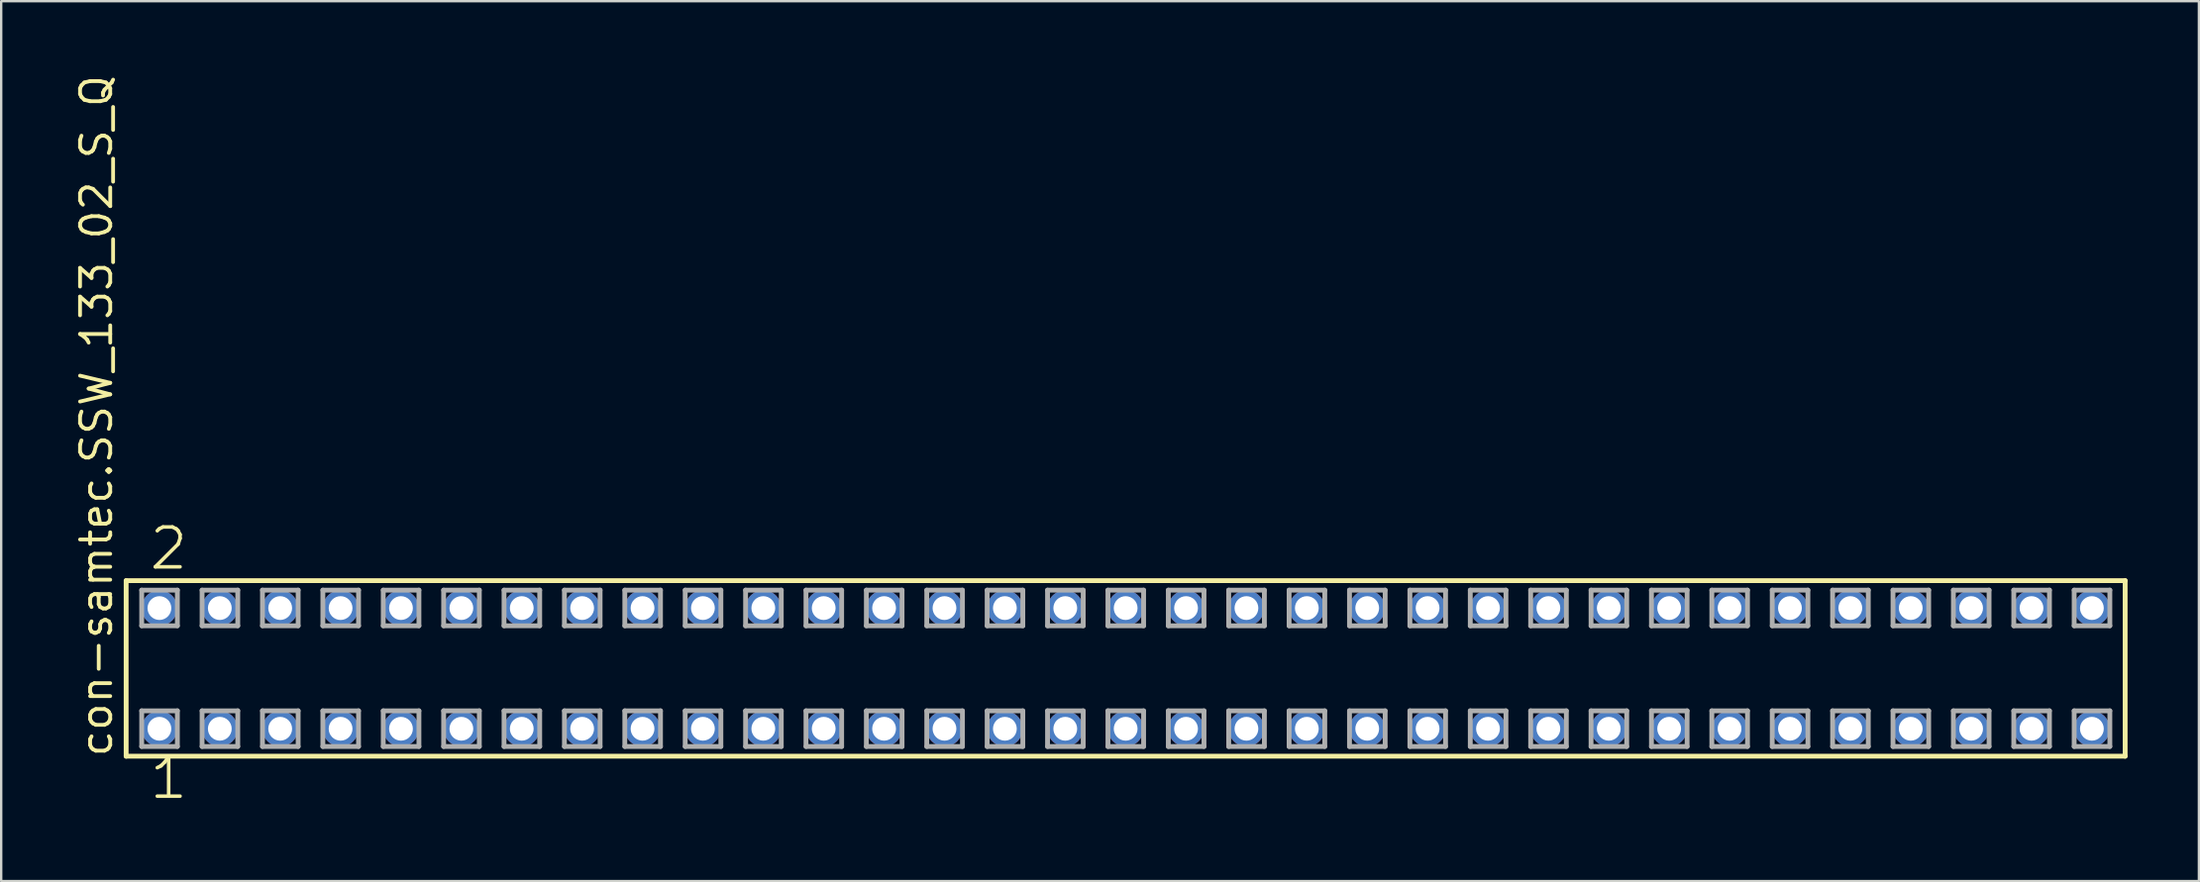
<source format=kicad_pcb>
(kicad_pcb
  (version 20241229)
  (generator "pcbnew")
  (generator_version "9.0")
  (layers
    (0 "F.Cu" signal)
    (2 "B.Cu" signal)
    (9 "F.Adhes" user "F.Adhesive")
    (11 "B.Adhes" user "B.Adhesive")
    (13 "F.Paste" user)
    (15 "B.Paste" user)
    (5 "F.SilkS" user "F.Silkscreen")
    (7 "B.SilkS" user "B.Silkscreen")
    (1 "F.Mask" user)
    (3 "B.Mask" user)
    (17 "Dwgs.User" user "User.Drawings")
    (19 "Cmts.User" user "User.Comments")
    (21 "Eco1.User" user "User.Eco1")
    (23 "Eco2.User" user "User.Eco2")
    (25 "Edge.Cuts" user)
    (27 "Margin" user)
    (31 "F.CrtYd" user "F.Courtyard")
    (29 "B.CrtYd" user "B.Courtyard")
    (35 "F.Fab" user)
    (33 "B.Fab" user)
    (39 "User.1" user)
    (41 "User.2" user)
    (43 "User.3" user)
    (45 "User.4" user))
  (footprint "con-samtec.SSW_133_02_S_Q"
    (layer "F.Cu")
    (at 44.295 25.082)
    (property "Reference" "con-samtec.SSW_133_02_S_Q" (at -42.545 3.81 90) (layer "F.SilkS") (effects (font (size 1.27 1.27) (thickness 0.16)) (justify left bottom)))
    (attr through_hole)
    (fp_line (start -42.039 -3.695) (end 42.039 -3.695) (stroke (width 0.203) (type default)) (layer "F.SilkS"))
    (fp_line (start -42.039 3.695) (end -42.039 -3.695) (stroke (width 0.203) (type default)) (layer "F.SilkS"))
    (fp_line (start 42.039 -3.695) (end 42.039 3.695) (stroke (width 0.203) (type default)) (layer "F.SilkS"))
    (fp_line (start 42.039 3.695) (end -42.039 3.695) (stroke (width 0.203) (type default)) (layer "F.SilkS"))
    (fp_line (start -41.385 -3.295) (end -39.885 -3.295) (stroke (width 0.203) (type default)) (layer "F.Fab"))
    (fp_line (start -41.385 -1.795) (end -41.385 -3.295) (stroke (width 0.203) (type default)) (layer "F.Fab"))
    (fp_line (start -41.385 1.785) (end -39.885 1.785) (stroke (width 0.203) (type default)) (layer "F.Fab"))
    (fp_line (start -41.385 3.285) (end -41.385 1.785) (stroke (width 0.203) (type default)) (layer "F.Fab"))
    (fp_line (start -39.885 -3.295) (end -39.885 -1.795) (stroke (width 0.203) (type default)) (layer "F.Fab"))
    (fp_line (start -39.885 -1.795) (end -41.385 -1.795) (stroke (width 0.203) (type default)) (layer "F.Fab"))
    (fp_line (start -39.885 1.785) (end -39.885 3.285) (stroke (width 0.203) (type default)) (layer "F.Fab"))
    (fp_line (start -39.885 3.285) (end -41.385 3.285) (stroke (width 0.203) (type default)) (layer "F.Fab"))
    (fp_line (start -38.845 -3.295) (end -37.345 -3.295) (stroke (width 0.203) (type default)) (layer "F.Fab"))
    (fp_line (start -38.845 -1.795) (end -38.845 -3.295) (stroke (width 0.203) (type default)) (layer "F.Fab"))
    (fp_line (start -38.845 1.785) (end -37.345 1.785) (stroke (width 0.203) (type default)) (layer "F.Fab"))
    (fp_line (start -38.845 3.285) (end -38.845 1.785) (stroke (width 0.203) (type default)) (layer "F.Fab"))
    (fp_line (start -37.345 -3.295) (end -37.345 -1.795) (stroke (width 0.203) (type default)) (layer "F.Fab"))
    (fp_line (start -37.345 -1.795) (end -38.845 -1.795) (stroke (width 0.203) (type default)) (layer "F.Fab"))
    (fp_line (start -37.345 1.785) (end -37.345 3.285) (stroke (width 0.203) (type default)) (layer "F.Fab"))
    (fp_line (start -37.345 3.285) (end -38.845 3.285) (stroke (width 0.203) (type default)) (layer "F.Fab"))
    (fp_line (start -36.305 -3.295) (end -34.805 -3.295) (stroke (width 0.203) (type default)) (layer "F.Fab"))
    (fp_line (start -36.305 -1.795) (end -36.305 -3.295) (stroke (width 0.203) (type default)) (layer "F.Fab"))
    (fp_line (start -36.305 1.785) (end -34.805 1.785) (stroke (width 0.203) (type default)) (layer "F.Fab"))
    (fp_line (start -36.305 3.285) (end -36.305 1.785) (stroke (width 0.203) (type default)) (layer "F.Fab"))
    (fp_line (start -34.805 -3.295) (end -34.805 -1.795) (stroke (width 0.203) (type default)) (layer "F.Fab"))
    (fp_line (start -34.805 -1.795) (end -36.305 -1.795) (stroke (width 0.203) (type default)) (layer "F.Fab"))
    (fp_line (start -34.805 1.785) (end -34.805 3.285) (stroke (width 0.203) (type default)) (layer "F.Fab"))
    (fp_line (start -34.805 3.285) (end -36.305 3.285) (stroke (width 0.203) (type default)) (layer "F.Fab"))
    (fp_line (start -33.765 -3.295) (end -32.265 -3.295) (stroke (width 0.203) (type default)) (layer "F.Fab"))
    (fp_line (start -33.765 -1.795) (end -33.765 -3.295) (stroke (width 0.203) (type default)) (layer "F.Fab"))
    (fp_line (start -33.765 1.785) (end -32.265 1.785) (stroke (width 0.203) (type default)) (layer "F.Fab"))
    (fp_line (start -33.765 3.285) (end -33.765 1.785) (stroke (width 0.203) (type default)) (layer "F.Fab"))
    (fp_line (start -32.265 -3.295) (end -32.265 -1.795) (stroke (width 0.203) (type default)) (layer "F.Fab"))
    (fp_line (start -32.265 -1.795) (end -33.765 -1.795) (stroke (width 0.203) (type default)) (layer "F.Fab"))
    (fp_line (start -32.265 1.785) (end -32.265 3.285) (stroke (width 0.203) (type default)) (layer "F.Fab"))
    (fp_line (start -32.265 3.285) (end -33.765 3.285) (stroke (width 0.203) (type default)) (layer "F.Fab"))
    (fp_line (start -31.225 -3.295) (end -29.725 -3.295) (stroke (width 0.203) (type default)) (layer "F.Fab"))
    (fp_line (start -31.225 -1.795) (end -31.225 -3.295) (stroke (width 0.203) (type default)) (layer "F.Fab"))
    (fp_line (start -31.225 1.785) (end -29.725 1.785) (stroke (width 0.203) (type default)) (layer "F.Fab"))
    (fp_line (start -31.225 3.285) (end -31.225 1.785) (stroke (width 0.203) (type default)) (layer "F.Fab"))
    (fp_line (start -29.725 -3.295) (end -29.725 -1.795) (stroke (width 0.203) (type default)) (layer "F.Fab"))
    (fp_line (start -29.725 -1.795) (end -31.225 -1.795) (stroke (width 0.203) (type default)) (layer "F.Fab"))
    (fp_line (start -29.725 1.785) (end -29.725 3.285) (stroke (width 0.203) (type default)) (layer "F.Fab"))
    (fp_line (start -29.725 3.285) (end -31.225 3.285) (stroke (width 0.203) (type default)) (layer "F.Fab"))
    (fp_line (start -28.685 -3.295) (end -27.185 -3.295) (stroke (width 0.203) (type default)) (layer "F.Fab"))
    (fp_line (start -28.685 -1.795) (end -28.685 -3.295) (stroke (width 0.203) (type default)) (layer "F.Fab"))
    (fp_line (start -28.685 1.785) (end -27.185 1.785) (stroke (width 0.203) (type default)) (layer "F.Fab"))
    (fp_line (start -28.685 3.285) (end -28.685 1.785) (stroke (width 0.203) (type default)) (layer "F.Fab"))
    (fp_line (start -27.185 -3.295) (end -27.185 -1.795) (stroke (width 0.203) (type default)) (layer "F.Fab"))
    (fp_line (start -27.185 -1.795) (end -28.685 -1.795) (stroke (width 0.203) (type default)) (layer "F.Fab"))
    (fp_line (start -27.185 1.785) (end -27.185 3.285) (stroke (width 0.203) (type default)) (layer "F.Fab"))
    (fp_line (start -27.185 3.285) (end -28.685 3.285) (stroke (width 0.203) (type default)) (layer "F.Fab"))
    (fp_line (start -26.145 -3.295) (end -24.645 -3.295) (stroke (width 0.203) (type default)) (layer "F.Fab"))
    (fp_line (start -26.145 -1.795) (end -26.145 -3.295) (stroke (width 0.203) (type default)) (layer "F.Fab"))
    (fp_line (start -26.145 1.785) (end -24.645 1.785) (stroke (width 0.203) (type default)) (layer "F.Fab"))
    (fp_line (start -26.145 3.285) (end -26.145 1.785) (stroke (width 0.203) (type default)) (layer "F.Fab"))
    (fp_line (start -24.645 -3.295) (end -24.645 -1.795) (stroke (width 0.203) (type default)) (layer "F.Fab"))
    (fp_line (start -24.645 -1.795) (end -26.145 -1.795) (stroke (width 0.203) (type default)) (layer "F.Fab"))
    (fp_line (start -24.645 1.785) (end -24.645 3.285) (stroke (width 0.203) (type default)) (layer "F.Fab"))
    (fp_line (start -24.645 3.285) (end -26.145 3.285) (stroke (width 0.203) (type default)) (layer "F.Fab"))
    (fp_line (start -23.605 -3.295) (end -22.105 -3.295) (stroke (width 0.203) (type default)) (layer "F.Fab"))
    (fp_line (start -23.605 -1.795) (end -23.605 -3.295) (stroke (width 0.203) (type default)) (layer "F.Fab"))
    (fp_line (start -23.605 1.785) (end -22.105 1.785) (stroke (width 0.203) (type default)) (layer "F.Fab"))
    (fp_line (start -23.605 3.285) (end -23.605 1.785) (stroke (width 0.203) (type default)) (layer "F.Fab"))
    (fp_line (start -22.105 -3.295) (end -22.105 -1.795) (stroke (width 0.203) (type default)) (layer "F.Fab"))
    (fp_line (start -22.105 -1.795) (end -23.605 -1.795) (stroke (width 0.203) (type default)) (layer "F.Fab"))
    (fp_line (start -22.105 1.785) (end -22.105 3.285) (stroke (width 0.203) (type default)) (layer "F.Fab"))
    (fp_line (start -22.105 3.285) (end -23.605 3.285) (stroke (width 0.203) (type default)) (layer "F.Fab"))
    (fp_line (start -21.065 -3.295) (end -19.565 -3.295) (stroke (width 0.203) (type default)) (layer "F.Fab"))
    (fp_line (start -21.065 -1.795) (end -21.065 -3.295) (stroke (width 0.203) (type default)) (layer "F.Fab"))
    (fp_line (start -21.065 1.785) (end -19.565 1.785) (stroke (width 0.203) (type default)) (layer "F.Fab"))
    (fp_line (start -21.065 3.285) (end -21.065 1.785) (stroke (width 0.203) (type default)) (layer "F.Fab"))
    (fp_line (start -19.565 -3.295) (end -19.565 -1.795) (stroke (width 0.203) (type default)) (layer "F.Fab"))
    (fp_line (start -19.565 -1.795) (end -21.065 -1.795) (stroke (width 0.203) (type default)) (layer "F.Fab"))
    (fp_line (start -19.565 1.785) (end -19.565 3.285) (stroke (width 0.203) (type default)) (layer "F.Fab"))
    (fp_line (start -19.565 3.285) (end -21.065 3.285) (stroke (width 0.203) (type default)) (layer "F.Fab"))
    (fp_line (start -18.525 -3.295) (end -17.025 -3.295) (stroke (width 0.203) (type default)) (layer "F.Fab"))
    (fp_line (start -18.525 -1.795) (end -18.525 -3.295) (stroke (width 0.203) (type default)) (layer "F.Fab"))
    (fp_line (start -18.525 1.785) (end -17.025 1.785) (stroke (width 0.203) (type default)) (layer "F.Fab"))
    (fp_line (start -18.525 3.285) (end -18.525 1.785) (stroke (width 0.203) (type default)) (layer "F.Fab"))
    (fp_line (start -17.025 -3.295) (end -17.025 -1.795) (stroke (width 0.203) (type default)) (layer "F.Fab"))
    (fp_line (start -17.025 -1.795) (end -18.525 -1.795) (stroke (width 0.203) (type default)) (layer "F.Fab"))
    (fp_line (start -17.025 1.785) (end -17.025 3.285) (stroke (width 0.203) (type default)) (layer "F.Fab"))
    (fp_line (start -17.025 3.285) (end -18.525 3.285) (stroke (width 0.203) (type default)) (layer "F.Fab"))
    (fp_line (start -15.985 -3.295) (end -14.485 -3.295) (stroke (width 0.203) (type default)) (layer "F.Fab"))
    (fp_line (start -15.985 -1.795) (end -15.985 -3.295) (stroke (width 0.203) (type default)) (layer "F.Fab"))
    (fp_line (start -15.985 1.785) (end -14.485 1.785) (stroke (width 0.203) (type default)) (layer "F.Fab"))
    (fp_line (start -15.985 3.285) (end -15.985 1.785) (stroke (width 0.203) (type default)) (layer "F.Fab"))
    (fp_line (start -14.485 -3.295) (end -14.485 -1.795) (stroke (width 0.203) (type default)) (layer "F.Fab"))
    (fp_line (start -14.485 -1.795) (end -15.985 -1.795) (stroke (width 0.203) (type default)) (layer "F.Fab"))
    (fp_line (start -14.485 1.785) (end -14.485 3.285) (stroke (width 0.203) (type default)) (layer "F.Fab"))
    (fp_line (start -14.485 3.285) (end -15.985 3.285) (stroke (width 0.203) (type default)) (layer "F.Fab"))
    (fp_line (start -13.445 -3.295) (end -11.945 -3.295) (stroke (width 0.203) (type default)) (layer "F.Fab"))
    (fp_line (start -13.445 -1.795) (end -13.445 -3.295) (stroke (width 0.203) (type default)) (layer "F.Fab"))
    (fp_line (start -13.445 1.785) (end -11.945 1.785) (stroke (width 0.203) (type default)) (layer "F.Fab"))
    (fp_line (start -13.445 3.285) (end -13.445 1.785) (stroke (width 0.203) (type default)) (layer "F.Fab"))
    (fp_line (start -11.945 -3.295) (end -11.945 -1.795) (stroke (width 0.203) (type default)) (layer "F.Fab"))
    (fp_line (start -11.945 -1.795) (end -13.445 -1.795) (stroke (width 0.203) (type default)) (layer "F.Fab"))
    (fp_line (start -11.945 1.785) (end -11.945 3.285) (stroke (width 0.203) (type default)) (layer "F.Fab"))
    (fp_line (start -11.945 3.285) (end -13.445 3.285) (stroke (width 0.203) (type default)) (layer "F.Fab"))
    (fp_line (start -10.905 -3.295) (end -9.405 -3.295) (stroke (width 0.203) (type default)) (layer "F.Fab"))
    (fp_line (start -10.905 -1.795) (end -10.905 -3.295) (stroke (width 0.203) (type default)) (layer "F.Fab"))
    (fp_line (start -10.905 1.785) (end -9.405 1.785) (stroke (width 0.203) (type default)) (layer "F.Fab"))
    (fp_line (start -10.905 3.285) (end -10.905 1.785) (stroke (width 0.203) (type default)) (layer "F.Fab"))
    (fp_line (start -9.405 -3.295) (end -9.405 -1.795) (stroke (width 0.203) (type default)) (layer "F.Fab"))
    (fp_line (start -9.405 -1.795) (end -10.905 -1.795) (stroke (width 0.203) (type default)) (layer "F.Fab"))
    (fp_line (start -9.405 1.785) (end -9.405 3.285) (stroke (width 0.203) (type default)) (layer "F.Fab"))
    (fp_line (start -9.405 3.285) (end -10.905 3.285) (stroke (width 0.203) (type default)) (layer "F.Fab"))
    (fp_line (start -8.365 -3.295) (end -6.865 -3.295) (stroke (width 0.203) (type default)) (layer "F.Fab"))
    (fp_line (start -8.365 -1.795) (end -8.365 -3.295) (stroke (width 0.203) (type default)) (layer "F.Fab"))
    (fp_line (start -8.365 1.785) (end -6.865 1.785) (stroke (width 0.203) (type default)) (layer "F.Fab"))
    (fp_line (start -8.365 3.285) (end -8.365 1.785) (stroke (width 0.203) (type default)) (layer "F.Fab"))
    (fp_line (start -6.865 -3.295) (end -6.865 -1.795) (stroke (width 0.203) (type default)) (layer "F.Fab"))
    (fp_line (start -6.865 -1.795) (end -8.365 -1.795) (stroke (width 0.203) (type default)) (layer "F.Fab"))
    (fp_line (start -6.865 1.785) (end -6.865 3.285) (stroke (width 0.203) (type default)) (layer "F.Fab"))
    (fp_line (start -6.865 3.285) (end -8.365 3.285) (stroke (width 0.203) (type default)) (layer "F.Fab"))
    (fp_line (start -5.825 -3.295) (end -4.325 -3.295) (stroke (width 0.203) (type default)) (layer "F.Fab"))
    (fp_line (start -5.825 -1.795) (end -5.825 -3.295) (stroke (width 0.203) (type default)) (layer "F.Fab"))
    (fp_line (start -5.825 1.785) (end -4.325 1.785) (stroke (width 0.203) (type default)) (layer "F.Fab"))
    (fp_line (start -5.825 3.285) (end -5.825 1.785) (stroke (width 0.203) (type default)) (layer "F.Fab"))
    (fp_line (start -4.325 -3.295) (end -4.325 -1.795) (stroke (width 0.203) (type default)) (layer "F.Fab"))
    (fp_line (start -4.325 -1.795) (end -5.825 -1.795) (stroke (width 0.203) (type default)) (layer "F.Fab"))
    (fp_line (start -4.325 1.785) (end -4.325 3.285) (stroke (width 0.203) (type default)) (layer "F.Fab"))
    (fp_line (start -4.325 3.285) (end -5.825 3.285) (stroke (width 0.203) (type default)) (layer "F.Fab"))
    (fp_line (start -3.285 -3.295) (end -1.785 -3.295) (stroke (width 0.203) (type default)) (layer "F.Fab"))
    (fp_line (start -3.285 -1.795) (end -3.285 -3.295) (stroke (width 0.203) (type default)) (layer "F.Fab"))
    (fp_line (start -3.285 1.785) (end -1.785 1.785) (stroke (width 0.203) (type default)) (layer "F.Fab"))
    (fp_line (start -3.285 3.285) (end -3.285 1.785) (stroke (width 0.203) (type default)) (layer "F.Fab"))
    (fp_line (start -1.785 -3.295) (end -1.785 -1.795) (stroke (width 0.203) (type default)) (layer "F.Fab"))
    (fp_line (start -1.785 -1.795) (end -3.285 -1.795) (stroke (width 0.203) (type default)) (layer "F.Fab"))
    (fp_line (start -1.785 1.785) (end -1.785 3.285) (stroke (width 0.203) (type default)) (layer "F.Fab"))
    (fp_line (start -1.785 3.285) (end -3.285 3.285) (stroke (width 0.203) (type default)) (layer "F.Fab"))
    (fp_line (start -0.745 -3.295) (end 0.755 -3.295) (stroke (width 0.203) (type default)) (layer "F.Fab"))
    (fp_line (start -0.745 -1.795) (end -0.745 -3.295) (stroke (width 0.203) (type default)) (layer "F.Fab"))
    (fp_line (start -0.745 1.785) (end 0.755 1.785) (stroke (width 0.203) (type default)) (layer "F.Fab"))
    (fp_line (start -0.745 3.285) (end -0.745 1.785) (stroke (width 0.203) (type default)) (layer "F.Fab"))
    (fp_line (start 0.755 -3.295) (end 0.755 -1.795) (stroke (width 0.203) (type default)) (layer "F.Fab"))
    (fp_line (start 0.755 -1.795) (end -0.745 -1.795) (stroke (width 0.203) (type default)) (layer "F.Fab"))
    (fp_line (start 0.755 1.785) (end 0.755 3.285) (stroke (width 0.203) (type default)) (layer "F.Fab"))
    (fp_line (start 0.755 3.285) (end -0.745 3.285) (stroke (width 0.203) (type default)) (layer "F.Fab"))
    (fp_line (start 1.795 -3.295) (end 3.295 -3.295) (stroke (width 0.203) (type default)) (layer "F.Fab"))
    (fp_line (start 1.795 -1.795) (end 1.795 -3.295) (stroke (width 0.203) (type default)) (layer "F.Fab"))
    (fp_line (start 1.795 1.785) (end 3.295 1.785) (stroke (width 0.203) (type default)) (layer "F.Fab"))
    (fp_line (start 1.795 3.285) (end 1.795 1.785) (stroke (width 0.203) (type default)) (layer "F.Fab"))
    (fp_line (start 3.295 -3.295) (end 3.295 -1.795) (stroke (width 0.203) (type default)) (layer "F.Fab"))
    (fp_line (start 3.295 -1.795) (end 1.795 -1.795) (stroke (width 0.203) (type default)) (layer "F.Fab"))
    (fp_line (start 3.295 1.785) (end 3.295 3.285) (stroke (width 0.203) (type default)) (layer "F.Fab"))
    (fp_line (start 3.295 3.285) (end 1.795 3.285) (stroke (width 0.203) (type default)) (layer "F.Fab"))
    (fp_line (start 4.335 -3.295) (end 5.835 -3.295) (stroke (width 0.203) (type default)) (layer "F.Fab"))
    (fp_line (start 4.335 -1.795) (end 4.335 -3.295) (stroke (width 0.203) (type default)) (layer "F.Fab"))
    (fp_line (start 4.335 1.785) (end 5.835 1.785) (stroke (width 0.203) (type default)) (layer "F.Fab"))
    (fp_line (start 4.335 3.285) (end 4.335 1.785) (stroke (width 0.203) (type default)) (layer "F.Fab"))
    (fp_line (start 5.835 -3.295) (end 5.835 -1.795) (stroke (width 0.203) (type default)) (layer "F.Fab"))
    (fp_line (start 5.835 -1.795) (end 4.335 -1.795) (stroke (width 0.203) (type default)) (layer "F.Fab"))
    (fp_line (start 5.835 1.785) (end 5.835 3.285) (stroke (width 0.203) (type default)) (layer "F.Fab"))
    (fp_line (start 5.835 3.285) (end 4.335 3.285) (stroke (width 0.203) (type default)) (layer "F.Fab"))
    (fp_line (start 6.875 -3.295) (end 8.375 -3.295) (stroke (width 0.203) (type default)) (layer "F.Fab"))
    (fp_line (start 6.875 -1.795) (end 6.875 -3.295) (stroke (width 0.203) (type default)) (layer "F.Fab"))
    (fp_line (start 6.875 1.785) (end 8.375 1.785) (stroke (width 0.203) (type default)) (layer "F.Fab"))
    (fp_line (start 6.875 3.285) (end 6.875 1.785) (stroke (width 0.203) (type default)) (layer "F.Fab"))
    (fp_line (start 8.375 -3.295) (end 8.375 -1.795) (stroke (width 0.203) (type default)) (layer "F.Fab"))
    (fp_line (start 8.375 -1.795) (end 6.875 -1.795) (stroke (width 0.203) (type default)) (layer "F.Fab"))
    (fp_line (start 8.375 1.785) (end 8.375 3.285) (stroke (width 0.203) (type default)) (layer "F.Fab"))
    (fp_line (start 8.375 3.285) (end 6.875 3.285) (stroke (width 0.203) (type default)) (layer "F.Fab"))
    (fp_line (start 9.415 -3.295) (end 10.915 -3.295) (stroke (width 0.203) (type default)) (layer "F.Fab"))
    (fp_line (start 9.415 -1.795) (end 9.415 -3.295) (stroke (width 0.203) (type default)) (layer "F.Fab"))
    (fp_line (start 9.415 1.785) (end 10.915 1.785) (stroke (width 0.203) (type default)) (layer "F.Fab"))
    (fp_line (start 9.415 3.285) (end 9.415 1.785) (stroke (width 0.203) (type default)) (layer "F.Fab"))
    (fp_line (start 10.915 -3.295) (end 10.915 -1.795) (stroke (width 0.203) (type default)) (layer "F.Fab"))
    (fp_line (start 10.915 -1.795) (end 9.415 -1.795) (stroke (width 0.203) (type default)) (layer "F.Fab"))
    (fp_line (start 10.915 1.785) (end 10.915 3.285) (stroke (width 0.203) (type default)) (layer "F.Fab"))
    (fp_line (start 10.915 3.285) (end 9.415 3.285) (stroke (width 0.203) (type default)) (layer "F.Fab"))
    (fp_line (start 11.955 -3.295) (end 13.455 -3.295) (stroke (width 0.203) (type default)) (layer "F.Fab"))
    (fp_line (start 11.955 -1.795) (end 11.955 -3.295) (stroke (width 0.203) (type default)) (layer "F.Fab"))
    (fp_line (start 11.955 1.785) (end 13.455 1.785) (stroke (width 0.203) (type default)) (layer "F.Fab"))
    (fp_line (start 11.955 3.285) (end 11.955 1.785) (stroke (width 0.203) (type default)) (layer "F.Fab"))
    (fp_line (start 13.455 -3.295) (end 13.455 -1.795) (stroke (width 0.203) (type default)) (layer "F.Fab"))
    (fp_line (start 13.455 -1.795) (end 11.955 -1.795) (stroke (width 0.203) (type default)) (layer "F.Fab"))
    (fp_line (start 13.455 1.785) (end 13.455 3.285) (stroke (width 0.203) (type default)) (layer "F.Fab"))
    (fp_line (start 13.455 3.285) (end 11.955 3.285) (stroke (width 0.203) (type default)) (layer "F.Fab"))
    (fp_line (start 14.495 -3.295) (end 15.995 -3.295) (stroke (width 0.203) (type default)) (layer "F.Fab"))
    (fp_line (start 14.495 -1.795) (end 14.495 -3.295) (stroke (width 0.203) (type default)) (layer "F.Fab"))
    (fp_line (start 14.495 1.785) (end 15.995 1.785) (stroke (width 0.203) (type default)) (layer "F.Fab"))
    (fp_line (start 14.495 3.285) (end 14.495 1.785) (stroke (width 0.203) (type default)) (layer "F.Fab"))
    (fp_line (start 15.995 -3.295) (end 15.995 -1.795) (stroke (width 0.203) (type default)) (layer "F.Fab"))
    (fp_line (start 15.995 -1.795) (end 14.495 -1.795) (stroke (width 0.203) (type default)) (layer "F.Fab"))
    (fp_line (start 15.995 1.785) (end 15.995 3.285) (stroke (width 0.203) (type default)) (layer "F.Fab"))
    (fp_line (start 15.995 3.285) (end 14.495 3.285) (stroke (width 0.203) (type default)) (layer "F.Fab"))
    (fp_line (start 17.035 -3.295) (end 18.535 -3.295) (stroke (width 0.203) (type default)) (layer "F.Fab"))
    (fp_line (start 17.035 -1.795) (end 17.035 -3.295) (stroke (width 0.203) (type default)) (layer "F.Fab"))
    (fp_line (start 17.035 1.785) (end 18.535 1.785) (stroke (width 0.203) (type default)) (layer "F.Fab"))
    (fp_line (start 17.035 3.285) (end 17.035 1.785) (stroke (width 0.203) (type default)) (layer "F.Fab"))
    (fp_line (start 18.535 -3.295) (end 18.535 -1.795) (stroke (width 0.203) (type default)) (layer "F.Fab"))
    (fp_line (start 18.535 -1.795) (end 17.035 -1.795) (stroke (width 0.203) (type default)) (layer "F.Fab"))
    (fp_line (start 18.535 1.785) (end 18.535 3.285) (stroke (width 0.203) (type default)) (layer "F.Fab"))
    (fp_line (start 18.535 3.285) (end 17.035 3.285) (stroke (width 0.203) (type default)) (layer "F.Fab"))
    (fp_line (start 19.575 -3.295) (end 21.075 -3.295) (stroke (width 0.203) (type default)) (layer "F.Fab"))
    (fp_line (start 19.575 -1.795) (end 19.575 -3.295) (stroke (width 0.203) (type default)) (layer "F.Fab"))
    (fp_line (start 19.575 1.785) (end 21.075 1.785) (stroke (width 0.203) (type default)) (layer "F.Fab"))
    (fp_line (start 19.575 3.285) (end 19.575 1.785) (stroke (width 0.203) (type default)) (layer "F.Fab"))
    (fp_line (start 21.075 -3.295) (end 21.075 -1.795) (stroke (width 0.203) (type default)) (layer "F.Fab"))
    (fp_line (start 21.075 -1.795) (end 19.575 -1.795) (stroke (width 0.203) (type default)) (layer "F.Fab"))
    (fp_line (start 21.075 1.785) (end 21.075 3.285) (stroke (width 0.203) (type default)) (layer "F.Fab"))
    (fp_line (start 21.075 3.285) (end 19.575 3.285) (stroke (width 0.203) (type default)) (layer "F.Fab"))
    (fp_line (start 22.115 -3.295) (end 23.615 -3.295) (stroke (width 0.203) (type default)) (layer "F.Fab"))
    (fp_line (start 22.115 -1.795) (end 22.115 -3.295) (stroke (width 0.203) (type default)) (layer "F.Fab"))
    (fp_line (start 22.115 1.785) (end 23.615 1.785) (stroke (width 0.203) (type default)) (layer "F.Fab"))
    (fp_line (start 22.115 3.285) (end 22.115 1.785) (stroke (width 0.203) (type default)) (layer "F.Fab"))
    (fp_line (start 23.615 -3.295) (end 23.615 -1.795) (stroke (width 0.203) (type default)) (layer "F.Fab"))
    (fp_line (start 23.615 -1.795) (end 22.115 -1.795) (stroke (width 0.203) (type default)) (layer "F.Fab"))
    (fp_line (start 23.615 1.785) (end 23.615 3.285) (stroke (width 0.203) (type default)) (layer "F.Fab"))
    (fp_line (start 23.615 3.285) (end 22.115 3.285) (stroke (width 0.203) (type default)) (layer "F.Fab"))
    (fp_line (start 24.655 -3.295) (end 26.155 -3.295) (stroke (width 0.203) (type default)) (layer "F.Fab"))
    (fp_line (start 24.655 -1.795) (end 24.655 -3.295) (stroke (width 0.203) (type default)) (layer "F.Fab"))
    (fp_line (start 24.655 1.785) (end 26.155 1.785) (stroke (width 0.203) (type default)) (layer "F.Fab"))
    (fp_line (start 24.655 3.285) (end 24.655 1.785) (stroke (width 0.203) (type default)) (layer "F.Fab"))
    (fp_line (start 26.155 -3.295) (end 26.155 -1.795) (stroke (width 0.203) (type default)) (layer "F.Fab"))
    (fp_line (start 26.155 -1.795) (end 24.655 -1.795) (stroke (width 0.203) (type default)) (layer "F.Fab"))
    (fp_line (start 26.155 1.785) (end 26.155 3.285) (stroke (width 0.203) (type default)) (layer "F.Fab"))
    (fp_line (start 26.155 3.285) (end 24.655 3.285) (stroke (width 0.203) (type default)) (layer "F.Fab"))
    (fp_line (start 27.195 -3.295) (end 28.695 -3.295) (stroke (width 0.203) (type default)) (layer "F.Fab"))
    (fp_line (start 27.195 -1.795) (end 27.195 -3.295) (stroke (width 0.203) (type default)) (layer "F.Fab"))
    (fp_line (start 27.195 1.785) (end 28.695 1.785) (stroke (width 0.203) (type default)) (layer "F.Fab"))
    (fp_line (start 27.195 3.285) (end 27.195 1.785) (stroke (width 0.203) (type default)) (layer "F.Fab"))
    (fp_line (start 28.695 -3.295) (end 28.695 -1.795) (stroke (width 0.203) (type default)) (layer "F.Fab"))
    (fp_line (start 28.695 -1.795) (end 27.195 -1.795) (stroke (width 0.203) (type default)) (layer "F.Fab"))
    (fp_line (start 28.695 1.785) (end 28.695 3.285) (stroke (width 0.203) (type default)) (layer "F.Fab"))
    (fp_line (start 28.695 3.285) (end 27.195 3.285) (stroke (width 0.203) (type default)) (layer "F.Fab"))
    (fp_line (start 29.735 -3.295) (end 31.235 -3.295) (stroke (width 0.203) (type default)) (layer "F.Fab"))
    (fp_line (start 29.735 -1.795) (end 29.735 -3.295) (stroke (width 0.203) (type default)) (layer "F.Fab"))
    (fp_line (start 29.735 1.785) (end 31.235 1.785) (stroke (width 0.203) (type default)) (layer "F.Fab"))
    (fp_line (start 29.735 3.285) (end 29.735 1.785) (stroke (width 0.203) (type default)) (layer "F.Fab"))
    (fp_line (start 31.235 -3.295) (end 31.235 -1.795) (stroke (width 0.203) (type default)) (layer "F.Fab"))
    (fp_line (start 31.235 -1.795) (end 29.735 -1.795) (stroke (width 0.203) (type default)) (layer "F.Fab"))
    (fp_line (start 31.235 1.785) (end 31.235 3.285) (stroke (width 0.203) (type default)) (layer "F.Fab"))
    (fp_line (start 31.235 3.285) (end 29.735 3.285) (stroke (width 0.203) (type default)) (layer "F.Fab"))
    (fp_line (start 32.275 -3.295) (end 33.775 -3.295) (stroke (width 0.203) (type default)) (layer "F.Fab"))
    (fp_line (start 32.275 -1.795) (end 32.275 -3.295) (stroke (width 0.203) (type default)) (layer "F.Fab"))
    (fp_line (start 32.275 1.785) (end 33.775 1.785) (stroke (width 0.203) (type default)) (layer "F.Fab"))
    (fp_line (start 32.275 3.285) (end 32.275 1.785) (stroke (width 0.203) (type default)) (layer "F.Fab"))
    (fp_line (start 33.775 -3.295) (end 33.775 -1.795) (stroke (width 0.203) (type default)) (layer "F.Fab"))
    (fp_line (start 33.775 -1.795) (end 32.275 -1.795) (stroke (width 0.203) (type default)) (layer "F.Fab"))
    (fp_line (start 33.775 1.785) (end 33.775 3.285) (stroke (width 0.203) (type default)) (layer "F.Fab"))
    (fp_line (start 33.775 3.285) (end 32.275 3.285) (stroke (width 0.203) (type default)) (layer "F.Fab"))
    (fp_line (start 34.815 -3.295) (end 36.315 -3.295) (stroke (width 0.203) (type default)) (layer "F.Fab"))
    (fp_line (start 34.815 -1.795) (end 34.815 -3.295) (stroke (width 0.203) (type default)) (layer "F.Fab"))
    (fp_line (start 34.815 1.785) (end 36.315 1.785) (stroke (width 0.203) (type default)) (layer "F.Fab"))
    (fp_line (start 34.815 3.285) (end 34.815 1.785) (stroke (width 0.203) (type default)) (layer "F.Fab"))
    (fp_line (start 36.315 -3.295) (end 36.315 -1.795) (stroke (width 0.203) (type default)) (layer "F.Fab"))
    (fp_line (start 36.315 -1.795) (end 34.815 -1.795) (stroke (width 0.203) (type default)) (layer "F.Fab"))
    (fp_line (start 36.315 1.785) (end 36.315 3.285) (stroke (width 0.203) (type default)) (layer "F.Fab"))
    (fp_line (start 36.315 3.285) (end 34.815 3.285) (stroke (width 0.203) (type default)) (layer "F.Fab"))
    (fp_line (start 37.355 -3.295) (end 38.855 -3.295) (stroke (width 0.203) (type default)) (layer "F.Fab"))
    (fp_line (start 37.355 -1.795) (end 37.355 -3.295) (stroke (width 0.203) (type default)) (layer "F.Fab"))
    (fp_line (start 37.355 1.785) (end 38.855 1.785) (stroke (width 0.203) (type default)) (layer "F.Fab"))
    (fp_line (start 37.355 3.285) (end 37.355 1.785) (stroke (width 0.203) (type default)) (layer "F.Fab"))
    (fp_line (start 38.855 -3.295) (end 38.855 -1.795) (stroke (width 0.203) (type default)) (layer "F.Fab"))
    (fp_line (start 38.855 -1.795) (end 37.355 -1.795) (stroke (width 0.203) (type default)) (layer "F.Fab"))
    (fp_line (start 38.855 1.785) (end 38.855 3.285) (stroke (width 0.203) (type default)) (layer "F.Fab"))
    (fp_line (start 38.855 3.285) (end 37.355 3.285) (stroke (width 0.203) (type default)) (layer "F.Fab"))
    (fp_line (start 39.895 -3.295) (end 41.395 -3.295) (stroke (width 0.203) (type default)) (layer "F.Fab"))
    (fp_line (start 39.895 -1.795) (end 39.895 -3.295) (stroke (width 0.203) (type default)) (layer "F.Fab"))
    (fp_line (start 39.895 1.785) (end 41.395 1.785) (stroke (width 0.203) (type default)) (layer "F.Fab"))
    (fp_line (start 39.895 3.285) (end 39.895 1.785) (stroke (width 0.203) (type default)) (layer "F.Fab"))
    (fp_line (start 41.395 -3.295) (end 41.395 -1.795) (stroke (width 0.203) (type default)) (layer "F.Fab"))
    (fp_line (start 41.395 -1.795) (end 39.895 -1.795) (stroke (width 0.203) (type default)) (layer "F.Fab"))
    (fp_line (start 41.395 1.785) (end 41.395 3.285) (stroke (width 0.203) (type default)) (layer "F.Fab"))
    (fp_line (start 41.395 3.285) (end 39.895 3.285) (stroke (width 0.203) (type default)) (layer "F.Fab"))
    (fp_text user "2" (at -41.148 -4.064 0) (layer "F.SilkS") (effects (font (size 1.676 1.676) (thickness 0.15)) (justify left bottom)))
    (fp_text user "1" (at -41.148 5.588 0) (layer "F.SilkS") (effects (font (size 1.676 1.676) (thickness 0.15)) (justify left bottom)))
    (pad "1" thru_hole circle (at -40.64 2.54) (size 1.5 1.5) (drill 1) (layers "*.Cu" "*.Mask"))
    (pad "2" thru_hole circle (at -40.64 -2.54) (size 1.5 1.5) (drill 1) (layers "*.Cu" "*.Mask"))
    (pad "3" thru_hole circle (at -38.1 2.54) (size 1.5 1.5) (drill 1) (layers "*.Cu" "*.Mask"))
    (pad "4" thru_hole circle (at -38.1 -2.54) (size 1.5 1.5) (drill 1) (layers "*.Cu" "*.Mask"))
    (pad "5" thru_hole circle (at -35.56 2.54) (size 1.5 1.5) (drill 1) (layers "*.Cu" "*.Mask"))
    (pad "6" thru_hole circle (at -35.56 -2.54) (size 1.5 1.5) (drill 1) (layers "*.Cu" "*.Mask"))
    (pad "7" thru_hole circle (at -33.02 2.54) (size 1.5 1.5) (drill 1) (layers "*.Cu" "*.Mask"))
    (pad "8" thru_hole circle (at -33.02 -2.54) (size 1.5 1.5) (drill 1) (layers "*.Cu" "*.Mask"))
    (pad "9" thru_hole circle (at -30.48 2.54) (size 1.5 1.5) (drill 1) (layers "*.Cu" "*.Mask"))
    (pad "10" thru_hole circle (at -30.48 -2.54) (size 1.5 1.5) (drill 1) (layers "*.Cu" "*.Mask"))
    (pad "11" thru_hole circle (at -27.94 2.54) (size 1.5 1.5) (drill 1) (layers "*.Cu" "*.Mask"))
    (pad "12" thru_hole circle (at -27.94 -2.54) (size 1.5 1.5) (drill 1) (layers "*.Cu" "*.Mask"))
    (pad "13" thru_hole circle (at -25.4 2.54) (size 1.5 1.5) (drill 1) (layers "*.Cu" "*.Mask"))
    (pad "14" thru_hole circle (at -25.4 -2.54) (size 1.5 1.5) (drill 1) (layers "*.Cu" "*.Mask"))
    (pad "15" thru_hole circle (at -22.86 2.54) (size 1.5 1.5) (drill 1) (layers "*.Cu" "*.Mask"))
    (pad "16" thru_hole circle (at -22.86 -2.54) (size 1.5 1.5) (drill 1) (layers "*.Cu" "*.Mask"))
    (pad "17" thru_hole circle (at -20.32 2.54) (size 1.5 1.5) (drill 1) (layers "*.Cu" "*.Mask"))
    (pad "18" thru_hole circle (at -20.32 -2.54) (size 1.5 1.5) (drill 1) (layers "*.Cu" "*.Mask"))
    (pad "19" thru_hole circle (at -17.78 2.54) (size 1.5 1.5) (drill 1) (layers "*.Cu" "*.Mask"))
    (pad "20" thru_hole circle (at -17.78 -2.54) (size 1.5 1.5) (drill 1) (layers "*.Cu" "*.Mask"))
    (pad "21" thru_hole circle (at -15.24 2.54) (size 1.5 1.5) (drill 1) (layers "*.Cu" "*.Mask"))
    (pad "22" thru_hole circle (at -15.24 -2.54) (size 1.5 1.5) (drill 1) (layers "*.Cu" "*.Mask"))
    (pad "23" thru_hole circle (at -12.7 2.54) (size 1.5 1.5) (drill 1) (layers "*.Cu" "*.Mask"))
    (pad "24" thru_hole circle (at -12.7 -2.54) (size 1.5 1.5) (drill 1) (layers "*.Cu" "*.Mask"))
    (pad "25" thru_hole circle (at -10.16 2.54) (size 1.5 1.5) (drill 1) (layers "*.Cu" "*.Mask"))
    (pad "26" thru_hole circle (at -10.16 -2.54) (size 1.5 1.5) (drill 1) (layers "*.Cu" "*.Mask"))
    (pad "27" thru_hole circle (at -7.62 2.54) (size 1.5 1.5) (drill 1) (layers "*.Cu" "*.Mask"))
    (pad "28" thru_hole circle (at -7.62 -2.54) (size 1.5 1.5) (drill 1) (layers "*.Cu" "*.Mask"))
    (pad "29" thru_hole circle (at -5.08 2.54) (size 1.5 1.5) (drill 1) (layers "*.Cu" "*.Mask"))
    (pad "30" thru_hole circle (at -5.08 -2.54) (size 1.5 1.5) (drill 1) (layers "*.Cu" "*.Mask"))
    (pad "31" thru_hole circle (at -2.54 2.54) (size 1.5 1.5) (drill 1) (layers "*.Cu" "*.Mask"))
    (pad "32" thru_hole circle (at -2.54 -2.54) (size 1.5 1.5) (drill 1) (layers "*.Cu" "*.Mask"))
    (pad "33" thru_hole circle (at 0 2.54) (size 1.5 1.5) (drill 1) (layers "*.Cu" "*.Mask"))
    (pad "34" thru_hole circle (at 0 -2.54) (size 1.5 1.5) (drill 1) (layers "*.Cu" "*.Mask"))
    (pad "35" thru_hole circle (at 2.54 2.54) (size 1.5 1.5) (drill 1) (layers "*.Cu" "*.Mask"))
    (pad "36" thru_hole circle (at 2.54 -2.54) (size 1.5 1.5) (drill 1) (layers "*.Cu" "*.Mask"))
    (pad "37" thru_hole circle (at 5.08 2.54) (size 1.5 1.5) (drill 1) (layers "*.Cu" "*.Mask"))
    (pad "38" thru_hole circle (at 5.08 -2.54) (size 1.5 1.5) (drill 1) (layers "*.Cu" "*.Mask"))
    (pad "39" thru_hole circle (at 7.62 2.54) (size 1.5 1.5) (drill 1) (layers "*.Cu" "*.Mask"))
    (pad "40" thru_hole circle (at 7.62 -2.54) (size 1.5 1.5) (drill 1) (layers "*.Cu" "*.Mask"))
    (pad "41" thru_hole circle (at 10.16 2.54) (size 1.5 1.5) (drill 1) (layers "*.Cu" "*.Mask"))
    (pad "42" thru_hole circle (at 10.16 -2.54) (size 1.5 1.5) (drill 1) (layers "*.Cu" "*.Mask"))
    (pad "43" thru_hole circle (at 12.7 2.54) (size 1.5 1.5) (drill 1) (layers "*.Cu" "*.Mask"))
    (pad "44" thru_hole circle (at 12.7 -2.54) (size 1.5 1.5) (drill 1) (layers "*.Cu" "*.Mask"))
    (pad "45" thru_hole circle (at 15.24 2.54) (size 1.5 1.5) (drill 1) (layers "*.Cu" "*.Mask"))
    (pad "46" thru_hole circle (at 15.24 -2.54) (size 1.5 1.5) (drill 1) (layers "*.Cu" "*.Mask"))
    (pad "47" thru_hole circle (at 17.78 2.54) (size 1.5 1.5) (drill 1) (layers "*.Cu" "*.Mask"))
    (pad "48" thru_hole circle (at 17.78 -2.54) (size 1.5 1.5) (drill 1) (layers "*.Cu" "*.Mask"))
    (pad "49" thru_hole circle (at 20.32 2.54) (size 1.5 1.5) (drill 1) (layers "*.Cu" "*.Mask"))
    (pad "50" thru_hole circle (at 20.32 -2.54) (size 1.5 1.5) (drill 1) (layers "*.Cu" "*.Mask"))
    (pad "51" thru_hole circle (at 22.86 2.54) (size 1.5 1.5) (drill 1) (layers "*.Cu" "*.Mask"))
    (pad "52" thru_hole circle (at 22.86 -2.54) (size 1.5 1.5) (drill 1) (layers "*.Cu" "*.Mask"))
    (pad "53" thru_hole circle (at 25.4 2.54) (size 1.5 1.5) (drill 1) (layers "*.Cu" "*.Mask"))
    (pad "54" thru_hole circle (at 25.4 -2.54) (size 1.5 1.5) (drill 1) (layers "*.Cu" "*.Mask"))
    (pad "55" thru_hole circle (at 27.94 2.54) (size 1.5 1.5) (drill 1) (layers "*.Cu" "*.Mask"))
    (pad "56" thru_hole circle (at 27.94 -2.54) (size 1.5 1.5) (drill 1) (layers "*.Cu" "*.Mask"))
    (pad "57" thru_hole circle (at 30.48 2.54) (size 1.5 1.5) (drill 1) (layers "*.Cu" "*.Mask"))
    (pad "58" thru_hole circle (at 30.48 -2.54) (size 1.5 1.5) (drill 1) (layers "*.Cu" "*.Mask"))
    (pad "59" thru_hole circle (at 33.02 2.54) (size 1.5 1.5) (drill 1) (layers "*.Cu" "*.Mask"))
    (pad "60" thru_hole circle (at 33.02 -2.54) (size 1.5 1.5) (drill 1) (layers "*.Cu" "*.Mask"))
    (pad "61" thru_hole circle (at 35.56 2.54) (size 1.5 1.5) (drill 1) (layers "*.Cu" "*.Mask"))
    (pad "62" thru_hole circle (at 35.56 -2.54) (size 1.5 1.5) (drill 1) (layers "*.Cu" "*.Mask"))
    (pad "63" thru_hole circle (at 38.1 2.54) (size 1.5 1.5) (drill 1) (layers "*.Cu" "*.Mask"))
    (pad "64" thru_hole circle (at 38.1 -2.54) (size 1.5 1.5) (drill 1) (layers "*.Cu" "*.Mask"))
    (pad "65" thru_hole circle (at 40.64 2.54) (size 1.5 1.5) (drill 1) (layers "*.Cu" "*.Mask"))
    (pad "66" thru_hole circle (at 40.64 -2.54) (size 1.5 1.5) (drill 1) (layers "*.Cu" "*.Mask")))
  (gr_rect
    (start -3 -3)
    (end 89.436 34.031)
    (stroke (width 0.1) (type default))
    (fill no)
    (layer "Edge.Cuts")))
</source>
